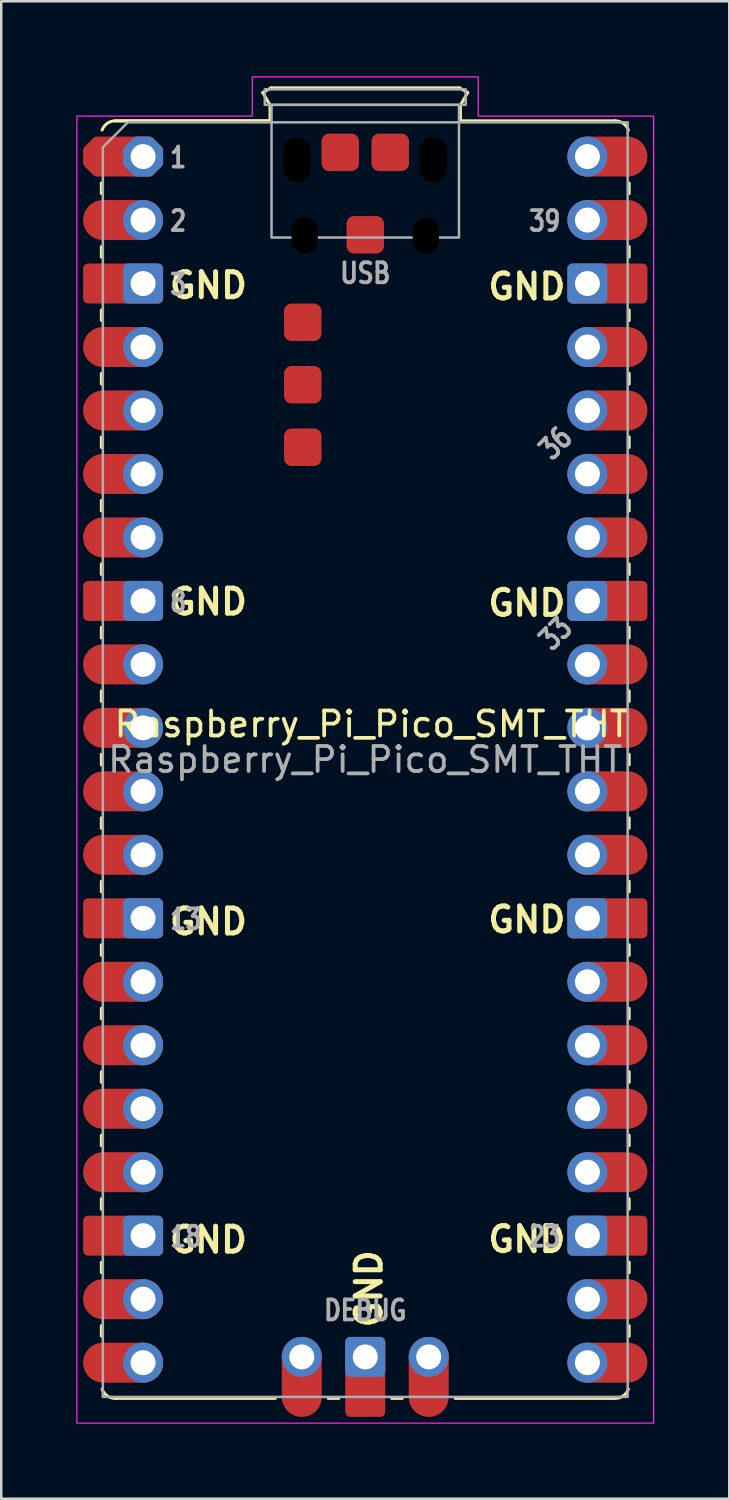
<source format=kicad_pcb>
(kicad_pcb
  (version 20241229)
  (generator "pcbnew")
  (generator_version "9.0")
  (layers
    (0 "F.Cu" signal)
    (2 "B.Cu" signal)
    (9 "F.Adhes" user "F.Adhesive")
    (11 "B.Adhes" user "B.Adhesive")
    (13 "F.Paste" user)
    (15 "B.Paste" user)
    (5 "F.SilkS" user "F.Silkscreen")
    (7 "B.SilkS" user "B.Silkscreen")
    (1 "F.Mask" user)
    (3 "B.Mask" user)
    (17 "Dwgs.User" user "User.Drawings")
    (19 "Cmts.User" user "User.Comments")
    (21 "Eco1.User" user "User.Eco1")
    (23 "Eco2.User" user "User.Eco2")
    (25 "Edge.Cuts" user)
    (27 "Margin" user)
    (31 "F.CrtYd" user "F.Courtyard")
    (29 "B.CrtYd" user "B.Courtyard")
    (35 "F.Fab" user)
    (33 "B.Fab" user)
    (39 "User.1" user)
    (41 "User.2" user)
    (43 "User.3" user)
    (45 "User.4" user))
  (footprint "Raspberry_Pi_Pico_SMT_THT"
    (layer "F.Cu")
    (at 2.675 3.215)
    (property "Reference" "Raspberry_Pi_Pico_SMT_THT" (at 9.15 22.71 0) (layer "F.SilkS") (effects (font (size 1 1) (thickness 0.15))))
    (attr through_hole)
    (fp_line (start -1.67 1.06) (end -1.67 1.48) (stroke (width 0.12) (type solid)) (layer "F.SilkS"))
    (fp_line (start -1.67 3.6) (end -1.67 4.02) (stroke (width 0.12) (type solid)) (layer "F.SilkS"))
    (fp_line (start -1.67 6.14) (end -1.67 6.56) (stroke (width 0.12) (type solid)) (layer "F.SilkS"))
    (fp_line (start -1.67 8.68) (end -1.67 9.1) (stroke (width 0.12) (type solid)) (layer "F.SilkS"))
    (fp_line (start -1.67 11.22) (end -1.67 11.64) (stroke (width 0.12) (type solid)) (layer "F.SilkS"))
    (fp_line (start -1.67 13.76) (end -1.67 14.18) (stroke (width 0.12) (type solid)) (layer "F.SilkS"))
    (fp_line (start -1.67 16.3) (end -1.67 16.72) (stroke (width 0.12) (type solid)) (layer "F.SilkS"))
    (fp_line (start -1.67 18.84) (end -1.67 19.26) (stroke (width 0.12) (type solid)) (layer "F.SilkS"))
    (fp_line (start -1.67 21.38) (end -1.67 21.8) (stroke (width 0.12) (type solid)) (layer "F.SilkS"))
    (fp_line (start -1.67 23.92) (end -1.67 24.34) (stroke (width 0.12) (type solid)) (layer "F.SilkS"))
    (fp_line (start -1.67 26.46) (end -1.67 26.88) (stroke (width 0.12) (type solid)) (layer "F.SilkS"))
    (fp_line (start -1.67 29) (end -1.67 29.42) (stroke (width 0.12) (type solid)) (layer "F.SilkS"))
    (fp_line (start -1.67 31.54) (end -1.67 31.96) (stroke (width 0.12) (type solid)) (layer "F.SilkS"))
    (fp_line (start -1.67 34.08) (end -1.67 34.5) (stroke (width 0.12) (type solid)) (layer "F.SilkS"))
    (fp_line (start -1.67 36.62) (end -1.67 37.04) (stroke (width 0.12) (type solid)) (layer "F.SilkS"))
    (fp_line (start -1.67 39.16) (end -1.67 39.58) (stroke (width 0.12) (type solid)) (layer "F.SilkS"))
    (fp_line (start -1.67 41.7) (end -1.67 42.12) (stroke (width 0.12) (type solid)) (layer "F.SilkS"))
    (fp_line (start -1.67 44.24) (end -1.67 44.66) (stroke (width 0.12) (type solid)) (layer "F.SilkS"))
    (fp_line (start -1.67 46.78) (end -1.67 47.2) (stroke (width 0.12) (type solid)) (layer "F.SilkS"))
    (fp_line (start -1.11 -1.43) (end 5.08 -1.43) (stroke (width 0.12) (type solid)) (layer "F.SilkS"))
    (fp_line (start -1.11 49.69) (end 5.29 49.69) (stroke (width 0.12) (type solid)) (layer "F.SilkS"))
    (fp_line (start 4.79 -2.56) (end 5.12 -2.75) (stroke (width 0.12) (type solid)) (layer "F.SilkS"))
    (fp_line (start 5.08 -2.06) (end 4.79 -2.56) (stroke (width 0.12) (type solid)) (layer "F.SilkS"))
    (fp_line (start 5.08 -1.43) (end -1.11 -1.43) (stroke (width 0.12) (type solid)) (layer "F.SilkS"))
    (fp_line (start 5.08 -1.43) (end 5.08 -2.06) (stroke (width 0.12) (type solid)) (layer "F.SilkS"))
    (fp_line (start 5.12 -2.75) (end 12.66 -2.75) (stroke (width 0.12) (type solid)) (layer "F.SilkS"))
    (fp_line (start 7.41 49.69) (end 7.83 49.69) (stroke (width 0.12) (type solid)) (layer "F.SilkS"))
    (fp_line (start 9.95 49.69) (end 10.37 49.69) (stroke (width 0.12) (type solid)) (layer "F.SilkS"))
    (fp_line (start 12.49 49.69) (end 18.89 49.69) (stroke (width 0.12) (type solid)) (layer "F.SilkS"))
    (fp_line (start 12.66 -2.75) (end 12.99 -2.56) (stroke (width 0.12) (type solid)) (layer "F.SilkS"))
    (fp_line (start 12.7 -2.06) (end 12.7 -1.43) (stroke (width 0.12) (type solid)) (layer "F.SilkS"))
    (fp_line (start 12.99 -2.56) (end 12.7 -2.06) (stroke (width 0.12) (type solid)) (layer "F.SilkS"))
    (fp_line (start 18.89 -1.43) (end 12.7 -1.43) (stroke (width 0.12) (type solid)) (layer "F.SilkS"))
    (fp_line (start 19.45 1.06) (end 19.45 1.48) (stroke (width 0.12) (type solid)) (layer "F.SilkS"))
    (fp_line (start 19.45 3.6) (end 19.45 4.02) (stroke (width 0.12) (type solid)) (layer "F.SilkS"))
    (fp_line (start 19.45 6.14) (end 19.45 6.56) (stroke (width 0.12) (type solid)) (layer "F.SilkS"))
    (fp_line (start 19.45 8.68) (end 19.45 9.1) (stroke (width 0.12) (type solid)) (layer "F.SilkS"))
    (fp_line (start 19.45 11.22) (end 19.45 11.64) (stroke (width 0.12) (type solid)) (layer "F.SilkS"))
    (fp_line (start 19.45 13.76) (end 19.45 14.18) (stroke (width 0.12) (type solid)) (layer "F.SilkS"))
    (fp_line (start 19.45 16.3) (end 19.45 16.72) (stroke (width 0.12) (type solid)) (layer "F.SilkS"))
    (fp_line (start 19.45 18.84) (end 19.45 19.26) (stroke (width 0.12) (type solid)) (layer "F.SilkS"))
    (fp_line (start 19.45 21.38) (end 19.45 21.8) (stroke (width 0.12) (type solid)) (layer "F.SilkS"))
    (fp_line (start 19.45 23.92) (end 19.45 24.34) (stroke (width 0.12) (type solid)) (layer "F.SilkS"))
    (fp_line (start 19.45 26.46) (end 19.45 26.88) (stroke (width 0.12) (type solid)) (layer "F.SilkS"))
    (fp_line (start 19.45 29) (end 19.45 29.42) (stroke (width 0.12) (type solid)) (layer "F.SilkS"))
    (fp_line (start 19.45 31.54) (end 19.45 31.96) (stroke (width 0.12) (type solid)) (layer "F.SilkS"))
    (fp_line (start 19.45 34.08) (end 19.45 34.5) (stroke (width 0.12) (type solid)) (layer "F.SilkS"))
    (fp_line (start 19.45 36.62) (end 19.45 37.04) (stroke (width 0.12) (type solid)) (layer "F.SilkS"))
    (fp_line (start 19.45 39.16) (end 19.45 39.58) (stroke (width 0.12) (type solid)) (layer "F.SilkS"))
    (fp_line (start 19.45 41.7) (end 19.45 42.12) (stroke (width 0.12) (type solid)) (layer "F.SilkS"))
    (fp_line (start 19.45 44.24) (end 19.45 44.66) (stroke (width 0.12) (type solid)) (layer "F.SilkS"))
    (fp_line (start 19.45 46.78) (end 19.45 47.2) (stroke (width 0.12) (type solid)) (layer "F.SilkS"))
    (fp_arc (start -1.64 -1.06) (mid -1.433508 -1.328808) (end -1.11 -1.43) (stroke (width 0.12) (type solid)) (layer "F.SilkS"))
    (fp_arc (start -1.11 49.69) (mid -1.433508 49.588809) (end -1.64 49.32) (stroke (width 0.12) (type solid)) (layer "F.SilkS"))
    (fp_arc (start 18.89 -1.43) (mid 19.213508 -1.328809) (end 19.42 -1.06) (stroke (width 0.12) (type solid)) (layer "F.SilkS"))
    (fp_arc (start 19.42 49.32) (mid 19.213508 49.588808) (end 18.89 49.69) (stroke (width 0.12) (type solid)) (layer "F.SilkS"))
    (fp_poly (pts (xy 13.41 -1.62) (xy 20.43 -1.62) (xy 20.43 50.68) (xy -2.65 50.68) (xy -2.65 -1.62) (xy 4.37 -1.62) (xy 4.37 -3.19) (xy 13.41 -3.19)) (stroke (width 0.05) (type solid)) (fill no) (layer "F.CrtYd"))
    (fp_rect (start 4.87 -2.69) (end 12.91 -2.07) (stroke (width 0.1) (type solid)) (fill no) (layer "F.Fab"))
    (fp_rect (start 5.14 -2.07) (end 12.64 3.24) (stroke (width 0.1) (type solid)) (fill no) (layer "F.Fab"))
    (fp_poly (pts (xy 19.39 49.63) (xy -1.61 49.63) (xy -1.61 -0.37) (xy -0.61 -1.37) (xy 19.39 -1.37)) (stroke (width 0.1) (type solid)) (fill no) (layer "F.Fab"))
    (fp_text user "GND" (at 13.7 31.12 0) (unlocked yes) (layer "F.SilkS") (effects (font (size 1 1) (thickness 0.2) (bold yes)) (justify left bottom)))
    (fp_text user "GND" (at 13.7 18.45 0) (unlocked yes) (layer "F.SilkS") (effects (font (size 1 1) (thickness 0.2) (bold yes)) (justify left bottom)))
    (fp_text user "GND" (at 0.96 43.93 0) (unlocked yes) (layer "F.SilkS") (effects (font (size 1 1) (thickness 0.2) (bold yes)) (justify left bottom)))
    (fp_text user "GND" (at 9.62 46.96 90) (unlocked yes) (layer "F.SilkS") (effects (font (size 1 1) (thickness 0.2) (bold yes)) (justify left bottom)))
    (fp_text user "GND" (at 0.96 5.74 0) (unlocked yes) (layer "F.SilkS") (effects (font (size 1 1) (thickness 0.2) (bold yes)) (justify left bottom)))
    (fp_text user "GND" (at 0.96 18.4 0) (unlocked yes) (layer "F.SilkS") (effects (font (size 1 1) (thickness 0.2) (bold yes)) (justify left bottom)))
    (fp_text user "GND" (at 13.7 5.79 0) (unlocked yes) (layer "F.SilkS") (effects (font (size 1 1) (thickness 0.2) (bold yes)) (justify left bottom)))
    (fp_text user "GND" (at 0.96 31.2 0) (unlocked yes) (layer "F.SilkS") (effects (font (size 1 1) (thickness 0.2) (bold yes)) (justify left bottom)))
    (fp_text user "GND" (at 13.7 43.91 0) (unlocked yes) (layer "F.SilkS") (effects (font (size 1 1) (thickness 0.2) (bold yes)) (justify left bottom)))
    (fp_text user "${REFERENCE}" (at 8.89 24.13 0) (unlocked yes) (layer "F.Fab") (effects (font (size 1 1) (thickness 0.15))))
    (fp_text user "8" (at 1 17.818 0) (unlocked yes) (layer "F.Fab") (effects (font (size 0.8 0.64) (thickness 0.15)) (justify left)))
    (fp_text user "1" (at 1 0.038 0) (unlocked yes) (layer "F.Fab") (effects (font (size 0.8 0.64) (thickness 0.15)) (justify left)))
    (fp_text user "2" (at 1 2.578 0) (unlocked yes) (layer "F.Fab") (effects (font (size 0.8 0.64) (thickness 0.15)) (justify left)))
    (fp_text user "23" (at 16.78 43.218 0) (unlocked yes) (layer "F.Fab") (effects (font (size 0.8 0.64) (thickness 0.15)) (justify right)))
    (fp_text user "36" (at 16.51 11.468 45) (unlocked yes) (layer "F.Fab") (effects (font (size 0.8 0.64) (thickness 0.15))))
    (fp_text user "3" (at 1 5.118 0) (unlocked yes) (layer "F.Fab") (effects (font (size 0.8 0.64) (thickness 0.15)) (justify left)))
    (fp_text user "USB" (at 8.89 4.668 0) (unlocked yes) (layer "F.Fab") (effects (font (size 0.8 0.66) (thickness 0.15))))
    (fp_text user "33" (at 16.51 19.088 45) (unlocked yes) (layer "F.Fab") (effects (font (size 0.8 0.64) (thickness 0.15))))
    (fp_text user "DEBUG" (at 8.89 46.168 0) (unlocked yes) (layer "F.Fab") (effects (font (size 0.8 0.66) (thickness 0.15))))
    (fp_text user "13" (at 1 30.518 0) (unlocked yes) (layer "F.Fab") (effects (font (size 0.8 0.64) (thickness 0.15)) (justify left)))
    (fp_text user "18" (at 1 43.218 0) (unlocked yes) (layer "F.Fab") (effects (font (size 0.8 0.64) (thickness 0.15)) (justify left)))
    (fp_text user "39" (at 16.78 2.578 0) (unlocked yes) (layer "F.Fab") (effects (font (size 0.8 0.64) (thickness 0.15)) (justify right)))
    (pad "" np_thru_hole oval (at 6.165 0.13) (size 1.1 1.8) (drill oval 1.1 1.8) (layers "*.Mask"))
    (pad "" np_thru_hole oval (at 6.465 3.16) (size 1.05 1.45) (drill oval 1.05 1.45) (layers "*.Mask"))
    (pad "" np_thru_hole oval (at 11.315 3.16) (size 1.05 1.45) (drill oval 1.05 1.45) (layers "*.Mask"))
    (pad "" np_thru_hole oval (at 11.615 0.13) (size 1.1 1.8) (drill oval 1.1 1.8) (layers "*.Mask"))
    (pad "1" smd custom (at -1.6 0) (size 1.6 1.6) (layers "F.Cu" "F.Mask") (options (anchor circle)) (primitives (gr_poly (pts (xy 2.2 0.249) (xy 1.849 0.6) (xy -0.249 0.6) (xy -0.6 0.249) (xy -0.6 -0.249) (xy -0.249 -0.6) (xy 1.849 -0.6) (xy 2.2 -0.249)) (width 0.4) (fill yes))))
    (pad "1" thru_hole custom (at 0 0) (size 1.6 1.6) (drill 1) (layers "*.Cu" "*.Mask") (options (anchor circle)) (primitives (gr_poly (pts (xy 0.6 0.249) (xy 0.249 0.6) (xy -0.249 0.6) (xy -0.6 0.249) (xy -0.6 -0.249) (xy -0.249 -0.6) (xy 0.249 -0.6) (xy 0.6 -0.249)) (width 0.4) (fill yes))))
    (pad "2" smd oval (at -1.6 2.54) (size 3.2 1.6) (drill (offset 0.8 0)) (layers "F.Cu" "F.Mask"))
    (pad "2" thru_hole circle (at 0 2.54) (size 1.6 1.6) (drill 1) (layers "*.Cu" "*.Mask"))
    (pad "3" smd roundrect (at -1.6 5.08) (size 3.2 1.6) (drill (offset 0.8 0)) (layers "F.Cu" "F.Mask") (roundrect_rratio 0.125))
    (pad "3" thru_hole roundrect (at 0 5.08) (size 1.6 1.6) (drill 1) (layers "*.Cu" "*.Mask") (roundrect_rratio 0.125))
    (pad "4" smd oval (at -1.6 7.62) (size 3.2 1.6) (drill (offset 0.8 0)) (layers "F.Cu" "F.Mask"))
    (pad "4" thru_hole circle (at 0 7.62) (size 1.6 1.6) (drill 1) (layers "*.Cu" "*.Mask"))
    (pad "5" smd oval (at -1.6 10.16) (size 3.2 1.6) (drill (offset 0.8 0)) (layers "F.Cu" "F.Mask"))
    (pad "5" thru_hole circle (at 0 10.16) (size 1.6 1.6) (drill 1) (layers "*.Cu" "*.Mask"))
    (pad "6" smd oval (at -1.6 12.7) (size 3.2 1.6) (drill (offset 0.8 0)) (layers "F.Cu" "F.Mask"))
    (pad "6" thru_hole circle (at 0 12.7) (size 1.6 1.6) (drill 1) (layers "*.Cu" "*.Mask"))
    (pad "7" smd oval (at -1.6 15.24) (size 3.2 1.6) (drill (offset 0.8 0)) (layers "F.Cu" "F.Mask"))
    (pad "7" thru_hole circle (at 0 15.24) (size 1.6 1.6) (drill 1) (layers "*.Cu" "*.Mask"))
    (pad "8" smd roundrect (at -1.6 17.78) (size 3.2 1.6) (drill (offset 0.8 0)) (layers "F.Cu" "F.Mask") (roundrect_rratio 0.125))
    (pad "8" thru_hole roundrect (at 0 17.78) (size 1.6 1.6) (drill 1) (layers "*.Cu" "*.Mask") (roundrect_rratio 0.125))
    (pad "9" smd oval (at -1.6 20.32) (size 3.2 1.6) (drill (offset 0.8 0)) (layers "F.Cu" "F.Mask"))
    (pad "9" thru_hole circle (at 0 20.32) (size 1.6 1.6) (drill 1) (layers "*.Cu" "*.Mask"))
    (pad "10" smd oval (at -1.6 22.86) (size 3.2 1.6) (drill (offset 0.8 0)) (layers "F.Cu" "F.Mask"))
    (pad "10" thru_hole circle (at 0 22.86) (size 1.6 1.6) (drill 1) (layers "*.Cu" "*.Mask"))
    (pad "11" smd oval (at -1.6 25.4) (size 3.2 1.6) (drill (offset 0.8 0)) (layers "F.Cu" "F.Mask"))
    (pad "11" thru_hole circle (at 0 25.4) (size 1.6 1.6) (drill 1) (layers "*.Cu" "*.Mask"))
    (pad "12" smd oval (at -1.6 27.94) (size 3.2 1.6) (drill (offset 0.8 0)) (layers "F.Cu" "F.Mask"))
    (pad "12" thru_hole circle (at 0 27.94) (size 1.6 1.6) (drill 1) (layers "*.Cu" "*.Mask"))
    (pad "13" smd roundrect (at -1.6 30.48) (size 3.2 1.6) (drill (offset 0.8 0)) (layers "F.Cu" "F.Mask") (roundrect_rratio 0.125))
    (pad "13" thru_hole roundrect (at 0 30.48) (size 1.6 1.6) (drill 1) (layers "*.Cu" "*.Mask") (roundrect_rratio 0.125))
    (pad "14" smd oval (at -1.6 33.02) (size 3.2 1.6) (drill (offset 0.8 0)) (layers "F.Cu" "F.Mask"))
    (pad "14" thru_hole circle (at 0 33.02) (size 1.6 1.6) (drill 1) (layers "*.Cu" "*.Mask"))
    (pad "15" smd oval (at -1.6 35.56) (size 3.2 1.6) (drill (offset 0.8 0)) (layers "F.Cu" "F.Mask"))
    (pad "15" thru_hole circle (at 0 35.56) (size 1.6 1.6) (drill 1) (layers "*.Cu" "*.Mask"))
    (pad "16" smd oval (at -1.6 38.1) (size 3.2 1.6) (drill (offset 0.8 0)) (layers "F.Cu" "F.Mask"))
    (pad "16" thru_hole circle (at 0 38.1) (size 1.6 1.6) (drill 1) (layers "*.Cu" "*.Mask"))
    (pad "17" smd oval (at -1.6 40.64) (size 3.2 1.6) (drill (offset 0.8 0)) (layers "F.Cu" "F.Mask"))
    (pad "17" thru_hole circle (at 0 40.64) (size 1.6 1.6) (drill 1) (layers "*.Cu" "*.Mask"))
    (pad "18" smd roundrect (at -1.6 43.18) (size 3.2 1.6) (drill (offset 0.8 0)) (layers "F.Cu" "F.Mask") (roundrect_rratio 0.125))
    (pad "18" thru_hole roundrect (at 0 43.18) (size 1.6 1.6) (drill 1) (layers "*.Cu" "*.Mask") (roundrect_rratio 0.125))
    (pad "19" smd oval (at -1.6 45.72) (size 3.2 1.6) (drill (offset 0.8 0)) (layers "F.Cu" "F.Mask"))
    (pad "19" thru_hole circle (at 0 45.72) (size 1.6 1.6) (drill 1) (layers "*.Cu" "*.Mask"))
    (pad "20" smd oval (at -1.6 48.26) (size 3.2 1.6) (drill (offset 0.8 0)) (layers "F.Cu" "F.Mask"))
    (pad "20" thru_hole circle (at 0 48.26) (size 1.6 1.6) (drill 1) (layers "*.Cu" "*.Mask"))
    (pad "21" thru_hole circle (at 17.78 48.26) (size 1.6 1.6) (drill 1) (layers "*.Cu" "*.Mask"))
    (pad "21" smd oval (at 19.38 48.26) (size 3.2 1.6) (drill (offset -0.8 0)) (layers "F.Cu" "F.Mask"))
    (pad "22" thru_hole circle (at 17.78 45.72) (size 1.6 1.6) (drill 1) (layers "*.Cu" "*.Mask"))
    (pad "22" smd oval (at 19.38 45.72) (size 3.2 1.6) (drill (offset -0.8 0)) (layers "F.Cu" "F.Mask"))
    (pad "23" thru_hole roundrect (at 17.78 43.18) (size 1.6 1.6) (drill 1) (layers "*.Cu" "*.Mask") (roundrect_rratio 0.125))
    (pad "23" smd roundrect (at 19.38 43.18) (size 3.2 1.6) (drill (offset -0.8 0)) (layers "F.Cu" "F.Mask") (roundrect_rratio 0.125))
    (pad "24" thru_hole circle (at 17.78 40.64) (size 1.6 1.6) (drill 1) (layers "*.Cu" "*.Mask"))
    (pad "24" smd oval (at 19.38 40.64) (size 3.2 1.6) (drill (offset -0.8 0)) (layers "F.Cu" "F.Mask"))
    (pad "25" thru_hole circle (at 17.78 38.1) (size 1.6 1.6) (drill 1) (layers "*.Cu" "*.Mask"))
    (pad "25" smd oval (at 19.38 38.1) (size 3.2 1.6) (drill (offset -0.8 0)) (layers "F.Cu" "F.Mask"))
    (pad "26" thru_hole circle (at 17.78 35.56) (size 1.6 1.6) (drill 1) (layers "*.Cu" "*.Mask"))
    (pad "26" smd oval (at 19.38 35.56) (size 3.2 1.6) (drill (offset -0.8 0)) (layers "F.Cu" "F.Mask"))
    (pad "27" thru_hole circle (at 17.78 33.02) (size 1.6 1.6) (drill 1) (layers "*.Cu" "*.Mask"))
    (pad "27" smd oval (at 19.38 33.02) (size 3.2 1.6) (drill (offset -0.8 0)) (layers "F.Cu" "F.Mask"))
    (pad "28" thru_hole roundrect (at 17.78 30.48) (size 1.6 1.6) (drill 1) (layers "*.Cu" "*.Mask") (roundrect_rratio 0.125))
    (pad "28" smd roundrect (at 19.38 30.48) (size 3.2 1.6) (drill (offset -0.8 0)) (layers "F.Cu" "F.Mask") (roundrect_rratio 0.125))
    (pad "29" thru_hole circle (at 17.78 27.94) (size 1.6 1.6) (drill 1) (layers "*.Cu" "*.Mask"))
    (pad "29" smd oval (at 19.38 27.94) (size 3.2 1.6) (drill (offset -0.8 0)) (layers "F.Cu" "F.Mask"))
    (pad "30" thru_hole circle (at 17.78 25.4) (size 1.6 1.6) (drill 1) (layers "*.Cu" "*.Mask"))
    (pad "30" smd oval (at 19.38 25.4) (size 3.2 1.6) (drill (offset -0.8 0)) (layers "F.Cu" "F.Mask"))
    (pad "31" thru_hole circle (at 17.78 22.86) (size 1.6 1.6) (drill 1) (layers "*.Cu" "*.Mask"))
    (pad "31" smd oval (at 19.38 22.86) (size 3.2 1.6) (drill (offset -0.8 0)) (layers "F.Cu" "F.Mask"))
    (pad "32" thru_hole circle (at 17.78 20.32) (size 1.6 1.6) (drill 1) (layers "*.Cu" "*.Mask"))
    (pad "32" smd oval (at 19.38 20.32) (size 3.2 1.6) (drill (offset -0.8 0)) (layers "F.Cu" "F.Mask"))
    (pad "33" thru_hole roundrect (at 17.78 17.78) (size 1.6 1.6) (drill 1) (layers "*.Cu" "*.Mask") (roundrect_rratio 0.125))
    (pad "33" smd roundrect (at 19.38 17.78) (size 3.2 1.6) (drill (offset -0.8 0)) (layers "F.Cu" "F.Mask") (roundrect_rratio 0.125))
    (pad "34" thru_hole circle (at 17.78 15.24) (size 1.6 1.6) (drill 1) (layers "*.Cu" "*.Mask"))
    (pad "34" smd oval (at 19.38 15.24) (size 3.2 1.6) (drill (offset -0.8 0)) (layers "F.Cu" "F.Mask"))
    (pad "35" thru_hole circle (at 17.78 12.7) (size 1.6 1.6) (drill 1) (layers "*.Cu" "*.Mask"))
    (pad "35" smd oval (at 19.38 12.7) (size 3.2 1.6) (drill (offset -0.8 0)) (layers "F.Cu" "F.Mask"))
    (pad "36" thru_hole circle (at 17.78 10.16) (size 1.6 1.6) (drill 1) (layers "*.Cu" "*.Mask"))
    (pad "36" smd oval (at 19.38 10.16) (size 3.2 1.6) (drill (offset -0.8 0)) (layers "F.Cu" "F.Mask"))
    (pad "37" thru_hole circle (at 17.78 7.62) (size 1.6 1.6) (drill 1) (layers "*.Cu" "*.Mask"))
    (pad "37" smd oval (at 19.38 7.62) (size 3.2 1.6) (drill (offset -0.8 0)) (layers "F.Cu" "F.Mask"))
    (pad "38" thru_hole roundrect (at 17.78 5.08) (size 1.6 1.6) (drill 1) (layers "*.Cu" "*.Mask") (roundrect_rratio 0.125))
    (pad "38" smd roundrect (at 19.38 5.08) (size 3.2 1.6) (drill (offset -0.8 0)) (layers "F.Cu" "F.Mask") (roundrect_rratio 0.125))
    (pad "39" thru_hole circle (at 17.78 2.54) (size 1.6 1.6) (drill 1) (layers "*.Cu" "*.Mask"))
    (pad "39" smd oval (at 19.38 2.54) (size 3.2 1.6) (drill (offset -0.8 0)) (layers "F.Cu" "F.Mask"))
    (pad "40" thru_hole circle (at 17.78 0) (size 1.6 1.6) (drill 1) (layers "*.Cu" "*.Mask"))
    (pad "40" smd oval (at 19.38 0) (size 3.2 1.6) (drill (offset -0.8 0)) (layers "F.Cu" "F.Mask"))
    (pad "D1" thru_hole circle (at 6.35 48.03) (size 1.6 1.6) (drill 1) (layers "*.Cu" "*.Mask"))
    (pad "D1" smd oval (at 6.35 49.63) (size 1.6 3.2) (drill (offset 0 -0.8)) (layers "F.Cu" "F.Mask"))
    (pad "D2" thru_hole roundrect (at 8.89 48.03) (size 1.6 1.6) (drill 1) (layers "*.Cu" "*.Mask") (roundrect_rratio 0.125))
    (pad "D2" smd roundrect (at 8.89 49.63) (size 1.6 3.2) (drill (offset 0 -0.8)) (layers "F.Cu" "F.Mask") (roundrect_rratio 0.125))
    (pad "D3" thru_hole circle (at 11.43 48.03) (size 1.6 1.6) (drill 1) (layers "*.Cu" "*.Mask"))
    (pad "D3" smd oval (at 11.43 49.63) (size 1.6 3.2) (drill (offset 0 -0.8)) (layers "F.Cu" "F.Mask"))
    (pad "TP1" smd roundrect (at 8.89 3.13) (size 1.5 1.5) (property pad_prop_testpoint) (layers "F.Cu" "F.Mask") (roundrect_rratio 0.2))
    (pad "TP2" smd roundrect (at 9.89 -0.17) (size 1.5 1.5) (property pad_prop_testpoint) (layers "F.Cu" "F.Mask") (roundrect_rratio 0.2))
    (pad "TP3" smd roundrect (at 7.89 -0.17) (size 1.5 1.5) (property pad_prop_testpoint) (layers "F.Cu" "F.Mask") (roundrect_rratio 0.2))
    (pad "TP4" smd roundrect (at 6.39 6.63) (size 1.5 1.5) (property pad_prop_testpoint) (layers "F.Cu" "F.Mask") (roundrect_rratio 0.2))
    (pad "TP5" smd roundrect (at 6.39 9.13) (size 1.5 1.5) (property pad_prop_testpoint) (layers "F.Cu" "F.Mask") (roundrect_rratio 0.2))
    (pad "TP6" smd roundrect (at 6.39 11.63) (size 1.5 1.5) (property pad_prop_testpoint) (layers "F.Cu" "F.Mask") (roundrect_rratio 0.2))
    (zone (net_name "") (layer "F.Cu") (name "Test Point Keepout") (hatch full 0.508) (connect_pads) (min_thickness 0.254) (filled_areas_thickness no) (keepout (tracks not_allowed) (vias not_allowed) (pads allowed) (copperpour not_allowed) (footprints allowed)) (placement (enabled no)) (fill) (polygon (pts (xy 10.115 10.895) (xy 8.015 10.895) (xy 8.015 8.795) (xy 10.115 8.795))))
    (zone (net_name "") (layer "F.Cu") (name "Test Point Keepout") (hatch full 0.508) (connect_pads) (min_thickness 0.254) (filled_areas_thickness no) (keepout (tracks not_allowed) (vias not_allowed) (pads allowed) (copperpour not_allowed) (footprints allowed)) (placement (enabled no)) (fill) (polygon (pts (xy 10.115 13.395) (xy 8.015 13.395) (xy 8.015 11.295) (xy 10.115 11.295))))
    (zone (net_name "") (layer "F.Cu") (name "Test Point Keepout") (hatch full 0.508) (connect_pads) (min_thickness 0.254) (filled_areas_thickness no) (keepout (tracks not_allowed) (vias not_allowed) (pads allowed) (copperpour not_allowed) (footprints allowed)) (placement (enabled no)) (fill) (polygon (pts (xy 10.115 15.895) (xy 8.015 15.895) (xy 8.015 13.795) (xy 10.115 13.795))))
    (zone (net_name "") (layer "F.Cu") (name "Test Point Keepout") (hatch full 0.508) (connect_pads) (min_thickness 0.254) (filled_areas_thickness no) (keepout (tracks not_allowed) (vias not_allowed) (pads allowed) (copperpour not_allowed) (footprints allowed)) (placement (enabled no)) (fill) (polygon (pts (xy 12.615 7.395) (xy 10.515 7.395) (xy 10.515 5.295) (xy 12.615 5.295))))
    (zone (net_name "") (layer "F.Cu") (name "Test Point Keepout") (hatch full 0.508) (connect_pads) (min_thickness 0.254) (filled_areas_thickness no) (keepout (tracks not_allowed) (vias not_allowed) (pads allowed) (copperpour not_allowed) (footprints allowed)) (placement (enabled no)) (fill) (polygon (pts (xy 13.615 4.095) (xy 9.515 4.095) (xy 9.515 1.995) (xy 13.615 1.995)))))
  (gr_rect
    (start -3 -3)
    (end 26.13 56.92)
    (stroke (width 0.1) (type default))
    (fill no)
    (layer "Edge.Cuts")))
</source>
